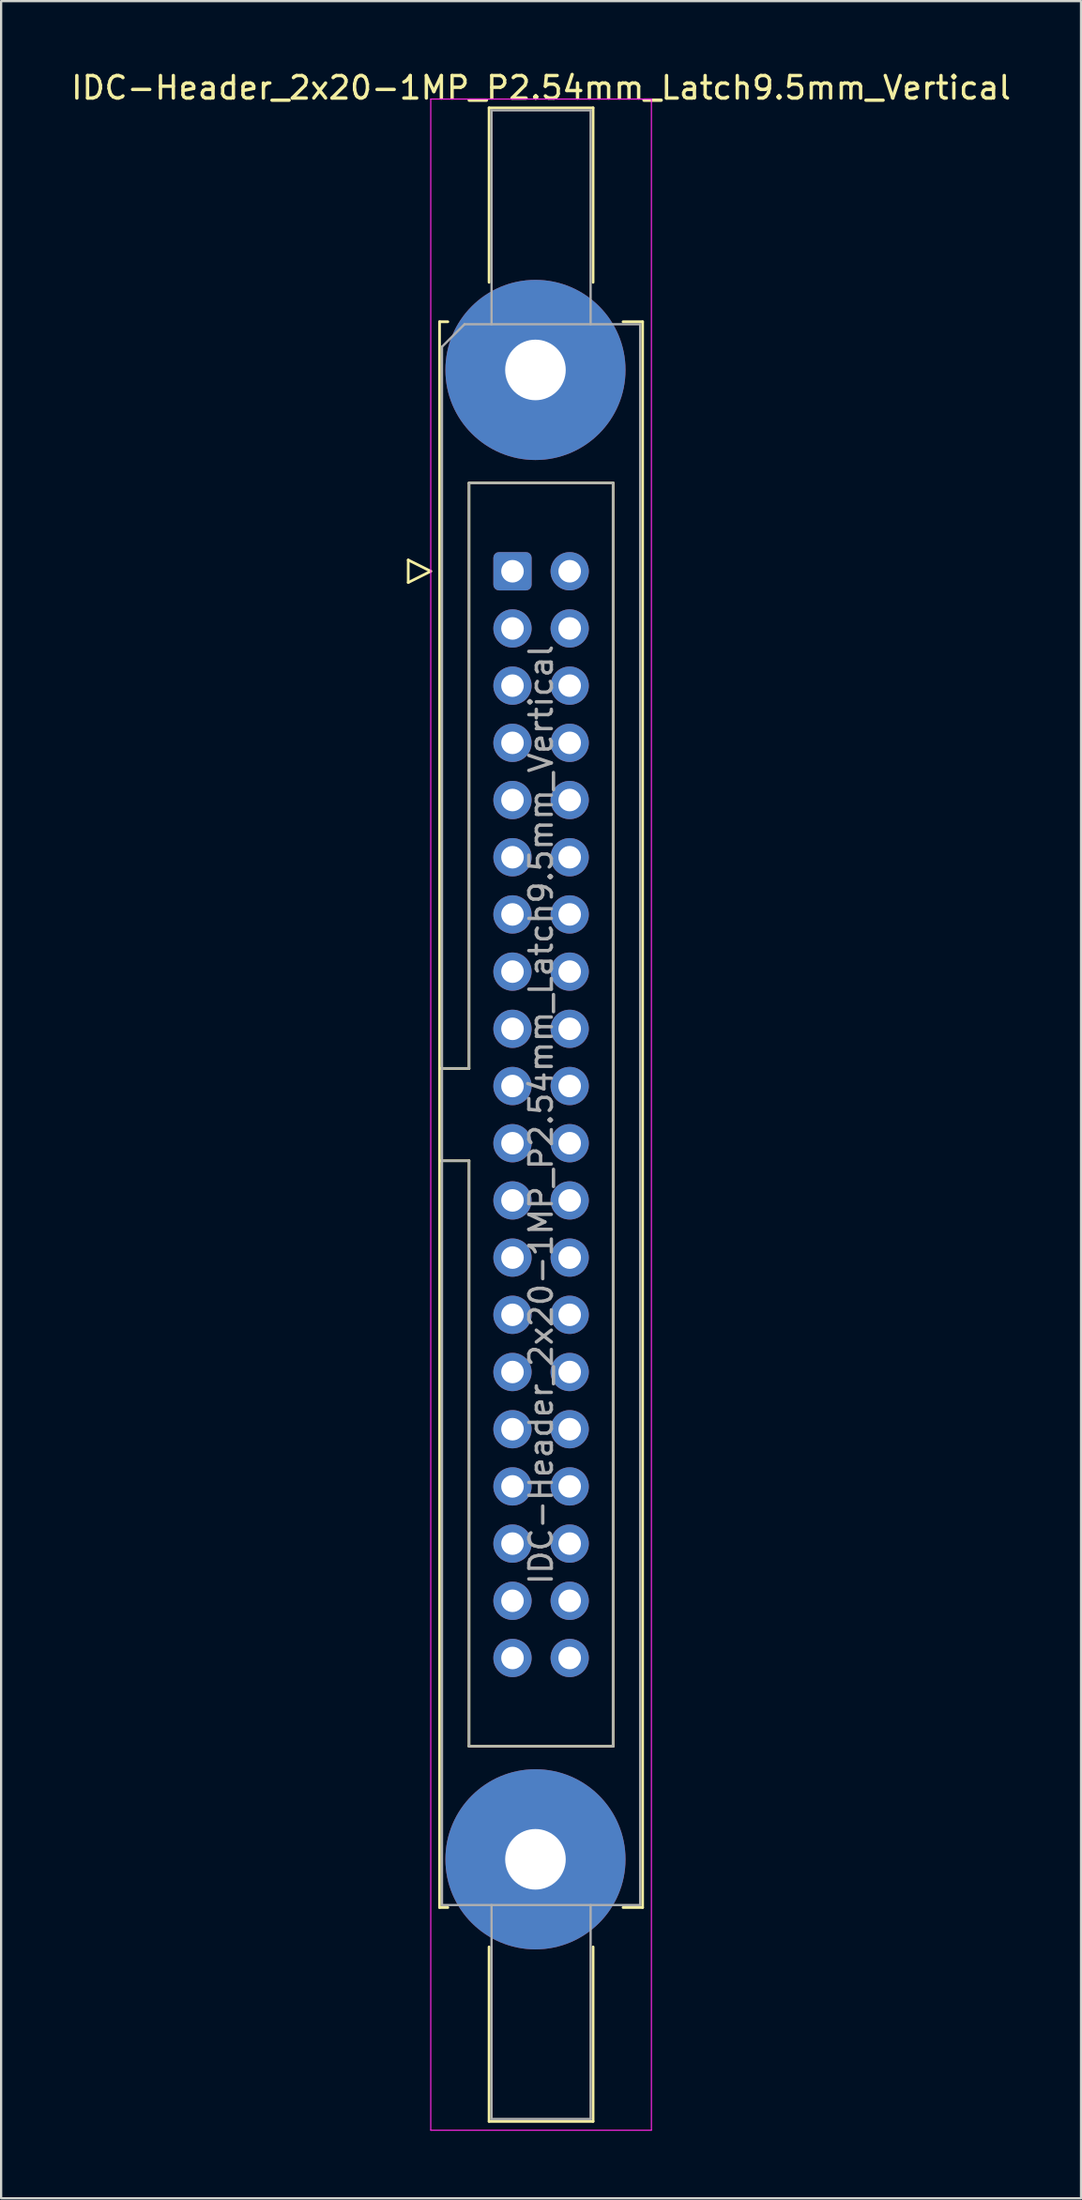
<source format=kicad_pcb>
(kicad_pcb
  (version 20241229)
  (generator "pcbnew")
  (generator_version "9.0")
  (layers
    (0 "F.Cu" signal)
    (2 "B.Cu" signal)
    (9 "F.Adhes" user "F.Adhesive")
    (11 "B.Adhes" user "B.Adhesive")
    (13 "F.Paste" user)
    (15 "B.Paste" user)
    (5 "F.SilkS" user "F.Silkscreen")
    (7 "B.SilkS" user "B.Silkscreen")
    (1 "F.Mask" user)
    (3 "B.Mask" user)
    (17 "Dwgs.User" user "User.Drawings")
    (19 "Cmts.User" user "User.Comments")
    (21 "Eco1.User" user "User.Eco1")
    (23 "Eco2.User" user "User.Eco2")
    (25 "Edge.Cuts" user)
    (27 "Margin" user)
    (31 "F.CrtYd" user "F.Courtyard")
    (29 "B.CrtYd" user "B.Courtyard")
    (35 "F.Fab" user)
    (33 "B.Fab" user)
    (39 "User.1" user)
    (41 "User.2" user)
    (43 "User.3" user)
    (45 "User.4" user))
  (footprint "IDC-Header_2x20-1MP_P2.54mm_Latch9.5mm_Vertical"
    (layer "F.Cu")
    (at 19.712 22.318)
    (property "Reference" "IDC-Header_2x20-1MP_P2.54mm_Latch9.5mm_Vertical" (at 1.27 -21.47 0) (layer "F.SilkS") (effects (font (size 1 1) (thickness 0.15))))
    (attr through_hole)
    (fp_line (start -4.63 -0.5) (end -4.63 0.5) (stroke (width 0.12) (type solid)) (layer "F.SilkS"))
    (fp_line (start -4.63 0.5) (end -3.63 0) (stroke (width 0.12) (type solid)) (layer "F.SilkS"))
    (fp_line (start -3.63 0) (end -4.63 -0.5) (stroke (width 0.12) (type solid)) (layer "F.SilkS"))
    (fp_line (start -3.24 -11.08) (end -3.24 59.34) (stroke (width 0.12) (type solid)) (layer "F.SilkS"))
    (fp_line (start -3.24 22.08) (end -1.93 22.08) (stroke (width 0.12) (type solid)) (layer "F.SilkS"))
    (fp_line (start -3.24 59.34) (end -2.87 59.34) (stroke (width 0.12) (type solid)) (layer "F.SilkS"))
    (fp_line (start -2.87 -11.08) (end -3.24 -11.08) (stroke (width 0.12) (type solid)) (layer "F.SilkS"))
    (fp_line (start -1.93 -3.92) (end 4.47 -3.92) (stroke (width 0.12) (type solid)) (layer "F.SilkS"))
    (fp_line (start -1.93 22.08) (end -1.93 -3.92) (stroke (width 0.12) (type solid)) (layer "F.SilkS"))
    (fp_line (start -1.93 26.18) (end -3.24 26.18) (stroke (width 0.12) (type solid)) (layer "F.SilkS"))
    (fp_line (start -1.93 52.18) (end -1.93 26.18) (stroke (width 0.12) (type solid)) (layer "F.SilkS"))
    (fp_line (start -1.04 -20.58) (end 3.58 -20.58) (stroke (width 0.12) (type solid)) (layer "F.SilkS"))
    (fp_line (start -1.04 -12.83) (end -1.04 -20.58) (stroke (width 0.12) (type solid)) (layer "F.SilkS"))
    (fp_line (start -1.04 61.09) (end -1.04 68.84) (stroke (width 0.12) (type solid)) (layer "F.SilkS"))
    (fp_line (start -1.04 68.84) (end 3.58 68.84) (stroke (width 0.12) (type solid)) (layer "F.SilkS"))
    (fp_line (start 3.58 -20.58) (end 3.58 -12.83) (stroke (width 0.12) (type solid)) (layer "F.SilkS"))
    (fp_line (start 3.58 68.84) (end 3.58 61.09) (stroke (width 0.12) (type solid)) (layer "F.SilkS"))
    (fp_line (start 4.47 -3.92) (end 4.47 52.18) (stroke (width 0.12) (type solid)) (layer "F.SilkS"))
    (fp_line (start 4.47 52.18) (end -1.93 52.18) (stroke (width 0.12) (type solid)) (layer "F.SilkS"))
    (fp_line (start 4.91 -11.08) (end 5.78 -11.08) (stroke (width 0.12) (type solid)) (layer "F.SilkS"))
    (fp_line (start 5.78 -11.08) (end 5.78 59.34) (stroke (width 0.12) (type solid)) (layer "F.SilkS"))
    (fp_line (start 5.78 59.34) (end 4.91 59.34) (stroke (width 0.12) (type solid)) (layer "F.SilkS"))
    (fp_line (start -3.63 -20.97) (end -3.63 69.23) (stroke (width 0.05) (type solid)) (layer "F.CrtYd"))
    (fp_line (start -3.63 69.23) (end 6.17 69.23) (stroke (width 0.05) (type solid)) (layer "F.CrtYd"))
    (fp_line (start 6.17 -20.97) (end -3.63 -20.97) (stroke (width 0.05) (type solid)) (layer "F.CrtYd"))
    (fp_line (start 6.17 69.23) (end 6.17 -20.97) (stroke (width 0.05) (type solid)) (layer "F.CrtYd"))
    (fp_line (start -3.13 -9.97) (end -2.13 -10.97) (stroke (width 0.1) (type solid)) (layer "F.Fab"))
    (fp_line (start -3.13 22.08) (end -1.93 22.08) (stroke (width 0.1) (type solid)) (layer "F.Fab"))
    (fp_line (start -3.13 59.23) (end -3.13 -9.97) (stroke (width 0.1) (type solid)) (layer "F.Fab"))
    (fp_line (start -2.13 -10.97) (end 5.67 -10.97) (stroke (width 0.1) (type solid)) (layer "F.Fab"))
    (fp_line (start -1.93 -3.92) (end 4.47 -3.92) (stroke (width 0.1) (type solid)) (layer "F.Fab"))
    (fp_line (start -1.93 22.08) (end -1.93 -3.92) (stroke (width 0.1) (type solid)) (layer "F.Fab"))
    (fp_line (start -1.93 26.18) (end -3.13 26.18) (stroke (width 0.1) (type solid)) (layer "F.Fab"))
    (fp_line (start -1.93 52.18) (end -1.93 26.18) (stroke (width 0.1) (type solid)) (layer "F.Fab"))
    (fp_line (start -0.93 -20.47) (end 3.47 -20.47) (stroke (width 0.1) (type solid)) (layer "F.Fab"))
    (fp_line (start -0.93 -10.97) (end -0.93 -20.47) (stroke (width 0.1) (type solid)) (layer "F.Fab"))
    (fp_line (start -0.93 59.23) (end -0.93 68.73) (stroke (width 0.1) (type solid)) (layer "F.Fab"))
    (fp_line (start -0.93 68.73) (end 3.47 68.73) (stroke (width 0.1) (type solid)) (layer "F.Fab"))
    (fp_line (start 3.47 -20.47) (end 3.47 -10.97) (stroke (width 0.1) (type solid)) (layer "F.Fab"))
    (fp_line (start 3.47 68.73) (end 3.47 59.23) (stroke (width 0.1) (type solid)) (layer "F.Fab"))
    (fp_line (start 4.47 -3.92) (end 4.47 52.18) (stroke (width 0.1) (type solid)) (layer "F.Fab"))
    (fp_line (start 4.47 52.18) (end -1.93 52.18) (stroke (width 0.1) (type solid)) (layer "F.Fab"))
    (fp_line (start 5.67 -10.97) (end 5.67 59.23) (stroke (width 0.1) (type solid)) (layer "F.Fab"))
    (fp_line (start 5.67 59.23) (end -3.13 59.23) (stroke (width 0.1) (type solid)) (layer "F.Fab"))
    (fp_text user "${REFERENCE}" (at 1.27 24.13 90) (layer "F.Fab") (effects (font (size 1 1) (thickness 0.15))))
    (pad "1" thru_hole roundrect (at 0 0) (size 1.7 1.7) (drill 1) (layers "*.Cu" "*.Mask") (roundrect_rratio 0.147))
    (pad "2" thru_hole circle (at 2.54 0) (size 1.7 1.7) (drill 1) (layers "*.Cu" "*.Mask"))
    (pad "3" thru_hole circle (at 0 2.54) (size 1.7 1.7) (drill 1) (layers "*.Cu" "*.Mask"))
    (pad "4" thru_hole circle (at 2.54 2.54) (size 1.7 1.7) (drill 1) (layers "*.Cu" "*.Mask"))
    (pad "5" thru_hole circle (at 0 5.08) (size 1.7 1.7) (drill 1) (layers "*.Cu" "*.Mask"))
    (pad "6" thru_hole circle (at 2.54 5.08) (size 1.7 1.7) (drill 1) (layers "*.Cu" "*.Mask"))
    (pad "7" thru_hole circle (at 0 7.62) (size 1.7 1.7) (drill 1) (layers "*.Cu" "*.Mask"))
    (pad "8" thru_hole circle (at 2.54 7.62) (size 1.7 1.7) (drill 1) (layers "*.Cu" "*.Mask"))
    (pad "9" thru_hole circle (at 0 10.16) (size 1.7 1.7) (drill 1) (layers "*.Cu" "*.Mask"))
    (pad "10" thru_hole circle (at 2.54 10.16) (size 1.7 1.7) (drill 1) (layers "*.Cu" "*.Mask"))
    (pad "11" thru_hole circle (at 0 12.7) (size 1.7 1.7) (drill 1) (layers "*.Cu" "*.Mask"))
    (pad "12" thru_hole circle (at 2.54 12.7) (size 1.7 1.7) (drill 1) (layers "*.Cu" "*.Mask"))
    (pad "13" thru_hole circle (at 0 15.24) (size 1.7 1.7) (drill 1) (layers "*.Cu" "*.Mask"))
    (pad "14" thru_hole circle (at 2.54 15.24) (size 1.7 1.7) (drill 1) (layers "*.Cu" "*.Mask"))
    (pad "15" thru_hole circle (at 0 17.78) (size 1.7 1.7) (drill 1) (layers "*.Cu" "*.Mask"))
    (pad "16" thru_hole circle (at 2.54 17.78) (size 1.7 1.7) (drill 1) (layers "*.Cu" "*.Mask"))
    (pad "17" thru_hole circle (at 0 20.32) (size 1.7 1.7) (drill 1) (layers "*.Cu" "*.Mask"))
    (pad "18" thru_hole circle (at 2.54 20.32) (size 1.7 1.7) (drill 1) (layers "*.Cu" "*.Mask"))
    (pad "19" thru_hole circle (at 0 22.86) (size 1.7 1.7) (drill 1) (layers "*.Cu" "*.Mask"))
    (pad "20" thru_hole circle (at 2.54 22.86) (size 1.7 1.7) (drill 1) (layers "*.Cu" "*.Mask"))
    (pad "21" thru_hole circle (at 0 25.4) (size 1.7 1.7) (drill 1) (layers "*.Cu" "*.Mask"))
    (pad "22" thru_hole circle (at 2.54 25.4) (size 1.7 1.7) (drill 1) (layers "*.Cu" "*.Mask"))
    (pad "23" thru_hole circle (at 0 27.94) (size 1.7 1.7) (drill 1) (layers "*.Cu" "*.Mask"))
    (pad "24" thru_hole circle (at 2.54 27.94) (size 1.7 1.7) (drill 1) (layers "*.Cu" "*.Mask"))
    (pad "25" thru_hole circle (at 0 30.48) (size 1.7 1.7) (drill 1) (layers "*.Cu" "*.Mask"))
    (pad "26" thru_hole circle (at 2.54 30.48) (size 1.7 1.7) (drill 1) (layers "*.Cu" "*.Mask"))
    (pad "27" thru_hole circle (at 0 33.02) (size 1.7 1.7) (drill 1) (layers "*.Cu" "*.Mask"))
    (pad "28" thru_hole circle (at 2.54 33.02) (size 1.7 1.7) (drill 1) (layers "*.Cu" "*.Mask"))
    (pad "29" thru_hole circle (at 0 35.56) (size 1.7 1.7) (drill 1) (layers "*.Cu" "*.Mask"))
    (pad "30" thru_hole circle (at 2.54 35.56) (size 1.7 1.7) (drill 1) (layers "*.Cu" "*.Mask"))
    (pad "31" thru_hole circle (at 0 38.1) (size 1.7 1.7) (drill 1) (layers "*.Cu" "*.Mask"))
    (pad "32" thru_hole circle (at 2.54 38.1) (size 1.7 1.7) (drill 1) (layers "*.Cu" "*.Mask"))
    (pad "33" thru_hole circle (at 0 40.64) (size 1.7 1.7) (drill 1) (layers "*.Cu" "*.Mask"))
    (pad "34" thru_hole circle (at 2.54 40.64) (size 1.7 1.7) (drill 1) (layers "*.Cu" "*.Mask"))
    (pad "35" thru_hole circle (at 0 43.18) (size 1.7 1.7) (drill 1) (layers "*.Cu" "*.Mask"))
    (pad "36" thru_hole circle (at 2.54 43.18) (size 1.7 1.7) (drill 1) (layers "*.Cu" "*.Mask"))
    (pad "37" thru_hole circle (at 0 45.72) (size 1.7 1.7) (drill 1) (layers "*.Cu" "*.Mask"))
    (pad "38" thru_hole circle (at 2.54 45.72) (size 1.7 1.7) (drill 1) (layers "*.Cu" "*.Mask"))
    (pad "39" thru_hole circle (at 0 48.26) (size 1.7 1.7) (drill 1) (layers "*.Cu" "*.Mask"))
    (pad "40" thru_hole circle (at 2.54 48.26) (size 1.7 1.7) (drill 1) (layers "*.Cu" "*.Mask"))
    (pad "MP" thru_hole circle (at 1.02 -8.94) (size 8 8) (drill 2.69) (layers "*.Cu" "*.Mask"))
    (pad "MP" thru_hole circle (at 1.02 57.2) (size 8 8) (drill 2.69) (layers "*.Cu" "*.Mask")))
  (gr_rect
    (start -3 -3)
    (end 44.964 94.573)
    (stroke (width 0.1) (type default))
    (fill no)
    (layer "Edge.Cuts")))
</source>
